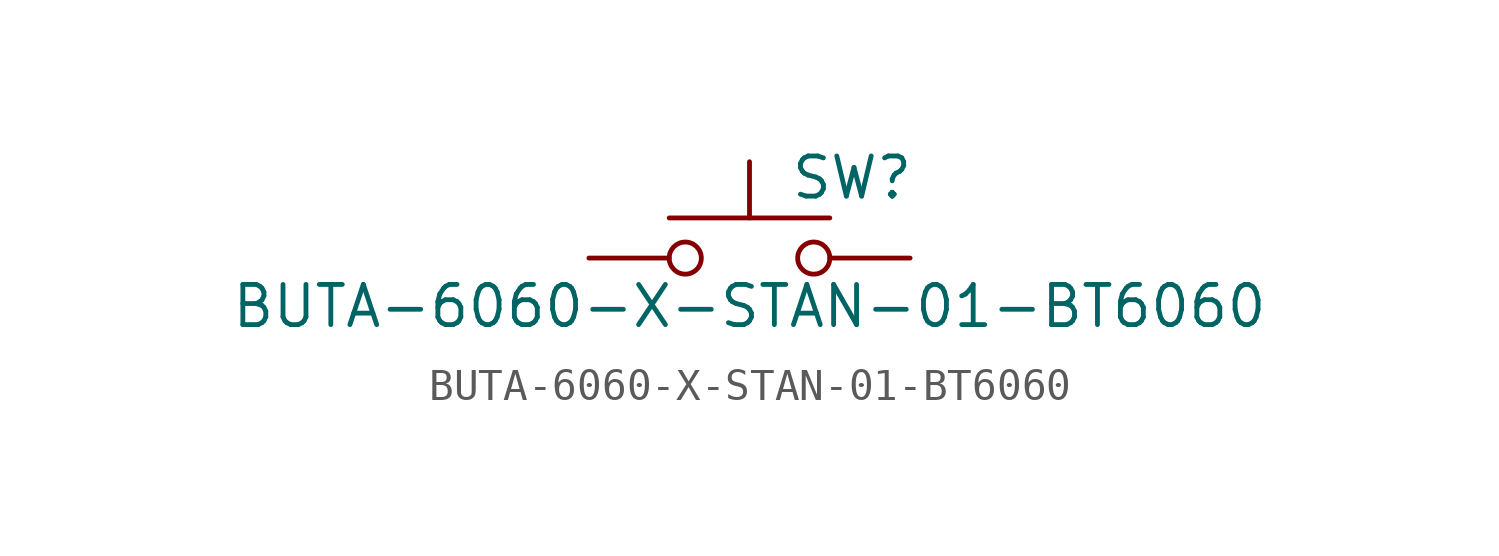
<source format=kicad_sym>
(kicad_symbol_lib
  (version 20211014)
  (generator kicad_symbol_editor)
  (symbol "BUTA-6060-X-STAN-01-BT6060"
    (pin_numbers hide)
    (pin_names
      (offset 1.016) hide)
    (property "Reference" "SW"
      (at 1.27 2.54 0)
      (effects (font (size 1.27 1.27)) (justify left)))
    (property "Value" "BUTA-6060-X-STAN-01-BT6060"
      (at 0 -1.524 0)
      (effects (font (size 1.27 1.27))))
    (symbol "BUTA-6060-X-STAN-01-BT6060_0_1"
      (circle (center -2.032 0) (radius 0.508) (stroke (width 0) (type default) (color 0 0 0 0)) (fill (type none)))
      (polyline (pts (xy 0 1.27) (xy 0 3.048)) (stroke (width 0) (type default) (color 0 0 0 0)) (fill (type none)))
      (polyline (pts (xy 2.54 1.27) (xy -2.54 1.27)) (stroke (width 0) (type default) (color 0 0 0 0)) (fill (type none)))
      (circle (center 2.032 0) (radius 0.508) (stroke (width 0) (type default) (color 0 0 0 0)) (fill (type none)))
      (pin passive line (at -5.08 0 0) (length 2.54) (name "1" (effects (font (size 1.27 1.27)))) (number "1" (effects (font (size 1.27 1.27)))))
      (pin passive line (at 5.08 0 180) (length 2.54) (name "2" (effects (font (size 1.27 1.27)))) (number "2" (effects (font (size 1.27 1.27))))))))
</source>
